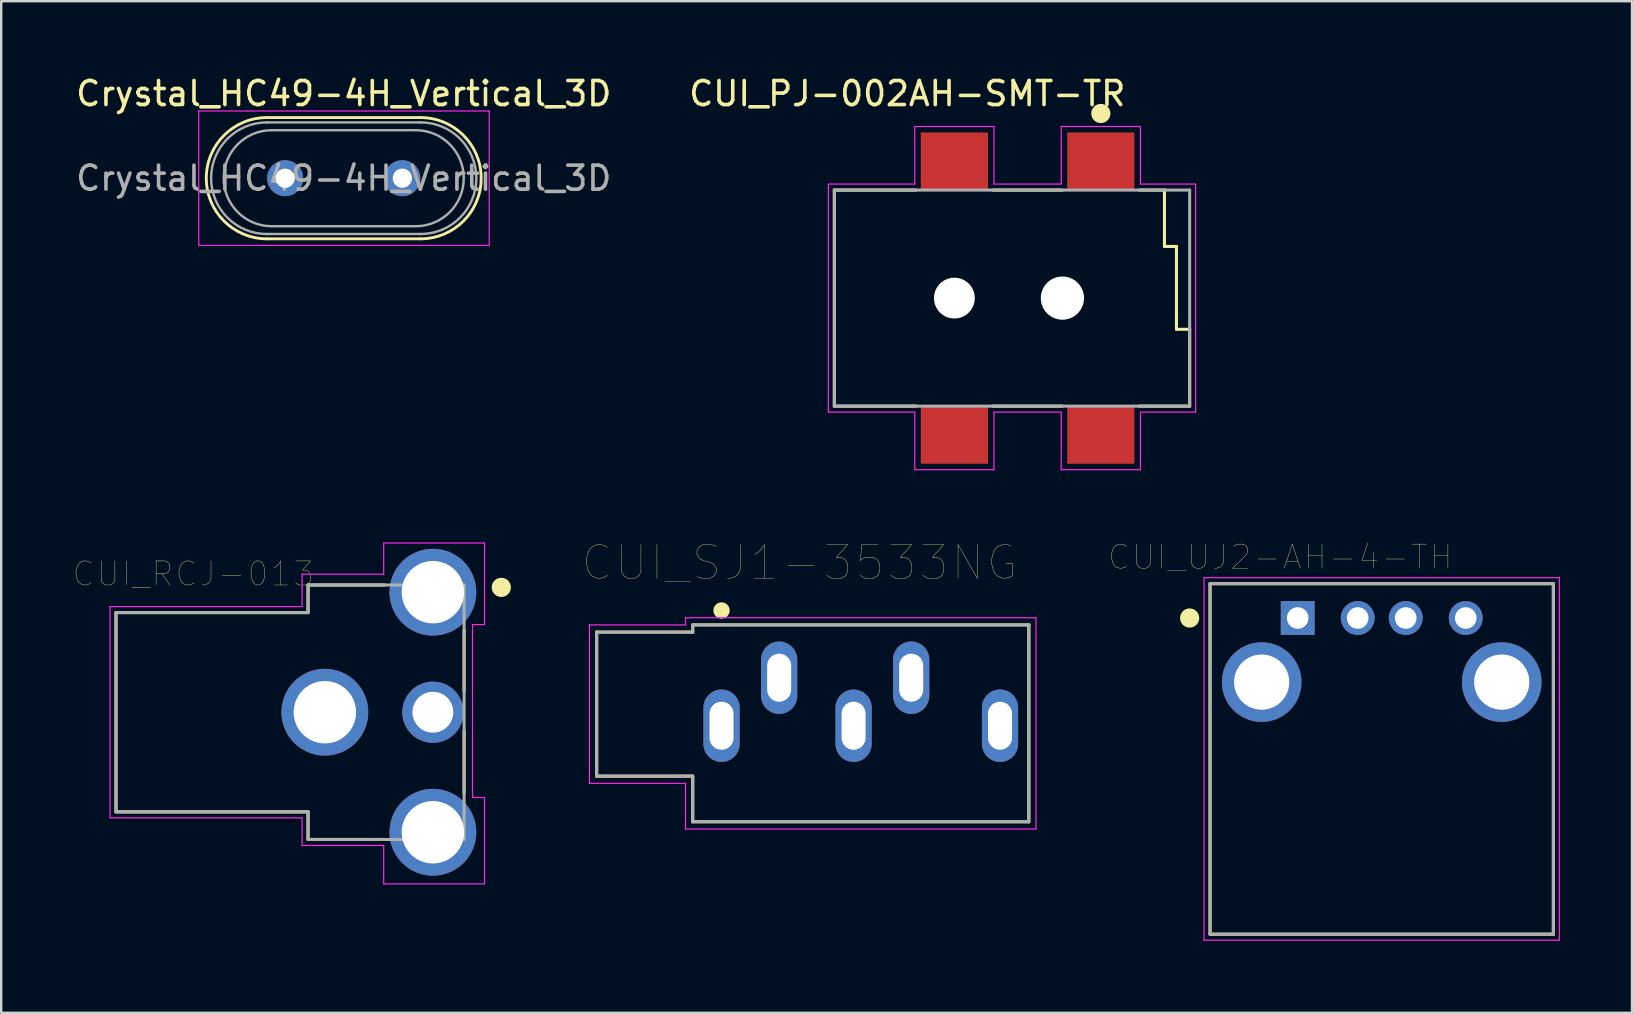
<source format=kicad_pcb>
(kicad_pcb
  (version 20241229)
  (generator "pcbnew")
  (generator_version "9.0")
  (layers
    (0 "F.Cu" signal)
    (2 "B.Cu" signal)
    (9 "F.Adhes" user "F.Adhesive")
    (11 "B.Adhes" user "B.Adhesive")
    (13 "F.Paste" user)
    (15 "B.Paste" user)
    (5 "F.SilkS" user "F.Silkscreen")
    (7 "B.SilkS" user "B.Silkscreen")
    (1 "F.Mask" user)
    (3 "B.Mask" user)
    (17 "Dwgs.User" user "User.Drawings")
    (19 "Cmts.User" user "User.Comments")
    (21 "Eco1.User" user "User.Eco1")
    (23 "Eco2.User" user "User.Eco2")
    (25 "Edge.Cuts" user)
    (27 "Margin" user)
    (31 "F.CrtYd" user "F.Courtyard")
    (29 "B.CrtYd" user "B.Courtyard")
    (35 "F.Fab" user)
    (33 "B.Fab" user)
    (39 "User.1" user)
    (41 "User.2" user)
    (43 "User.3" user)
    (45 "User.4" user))
  (footprint "CUI_UJ2-AH-4-TH"
    (layer "F.Cu")
    (at 51.004 22.693)
    (property "Reference" "CUI_UJ2-AH-4-TH" (at -0.726 -2.539 0) (layer "F.SilkS") (effects (font (size 1.001 1.001) (thickness 0.015))))
    (attr through_hole)
    (fp_line (start -3.65 -1.43) (end 10.65 -1.43) (stroke (width 0.127) (type solid)) (layer "F.SilkS"))
    (fp_line (start -3.65 13.17) (end -3.65 -1.43) (stroke (width 0.127) (type solid)) (layer "F.SilkS"))
    (fp_line (start 10.65 -1.43) (end 10.65 13.17) (stroke (width 0.127) (type solid)) (layer "F.SilkS"))
    (fp_line (start 10.65 13.17) (end -3.65 13.17) (stroke (width 0.127) (type solid)) (layer "F.SilkS"))
    (fp_circle (center -4.5 0) (end -4.3 0) (stroke (width 0.4) (type solid)) (fill no) (layer "F.SilkS"))
    (fp_line (start -3.9 -1.68) (end 10.9 -1.68) (stroke (width 0.05) (type solid)) (layer "F.CrtYd"))
    (fp_line (start -3.9 13.42) (end -3.9 -1.68) (stroke (width 0.05) (type solid)) (layer "F.CrtYd"))
    (fp_line (start 10.9 -1.68) (end 10.9 13.42) (stroke (width 0.05) (type solid)) (layer "F.CrtYd"))
    (fp_line (start 10.9 13.42) (end -3.9 13.42) (stroke (width 0.05) (type solid)) (layer "F.CrtYd"))
    (fp_line (start -3.65 -1.43) (end 10.65 -1.43) (stroke (width 0.127) (type solid)) (layer "F.Fab"))
    (fp_line (start -3.65 13.17) (end -3.65 -1.43) (stroke (width 0.127) (type solid)) (layer "F.Fab"))
    (fp_line (start 10.65 -1.43) (end 10.65 13.17) (stroke (width 0.127) (type solid)) (layer "F.Fab"))
    (fp_line (start 10.65 13.17) (end -3.65 13.17) (stroke (width 0.127) (type solid)) (layer "F.Fab"))
    (fp_circle (center 0 0) (end 0.2 0) (stroke (width 0.4) (type solid)) (fill no) (layer "F.Fab"))
    (pad "1" thru_hole rect (at 0 0) (size 1.408 1.408) (drill 0.9) (layers "*.Cu" "*.Mask"))
    (pad "2" thru_hole circle (at 2.5 0) (size 1.408 1.408) (drill 0.9) (layers "*.Cu" "*.Mask"))
    (pad "3" thru_hole circle (at 4.5 0) (size 1.408 1.408) (drill 0.9) (layers "*.Cu" "*.Mask"))
    (pad "4" thru_hole circle (at 7 0) (size 1.408 1.408) (drill 0.9) (layers "*.Cu" "*.Mask"))
    (pad "SH1" thru_hole circle (at -1.5 2.67) (size 3.316 3.316) (drill 2.3) (layers "*.Cu" "*.Mask"))
    (pad "SH2" thru_hole circle (at 8.5 2.67) (size 3.316 3.316) (drill 2.3) (layers "*.Cu" "*.Mask")))
  (footprint "Crystal_HC49-4H_Vertical_3D"
    (layer "F.Cu")
    (at 8.828 4.373)
    (property "Reference" "Crystal_HC49-4H_Vertical_3D" (at 2.44 -3.525 0) (layer "F.SilkS") (effects (font (size 1 1) (thickness 0.15))))
    (attr through_hole)
    (fp_line (start -0.76 -2.525) (end 5.64 -2.525) (stroke (width 0.12) (type solid)) (layer "F.SilkS"))
    (fp_line (start -0.76 2.525) (end 5.64 2.525) (stroke (width 0.12) (type solid)) (layer "F.SilkS"))
    (fp_arc (start -0.76 2.525) (mid -3.285 0) (end -0.76 -2.525) (stroke (width 0.12) (type solid)) (layer "F.SilkS"))
    (fp_arc (start 5.64 -2.525) (mid 8.165 0) (end 5.64 2.525) (stroke (width 0.12) (type solid)) (layer "F.SilkS"))
    (fp_line (start -3.6 -2.8) (end -3.6 2.8) (stroke (width 0.05) (type solid)) (layer "F.CrtYd"))
    (fp_line (start -3.6 2.8) (end 8.5 2.8) (stroke (width 0.05) (type solid)) (layer "F.CrtYd"))
    (fp_line (start 8.5 -2.8) (end -3.6 -2.8) (stroke (width 0.05) (type solid)) (layer "F.CrtYd"))
    (fp_line (start 8.5 2.8) (end 8.5 -2.8) (stroke (width 0.05) (type solid)) (layer "F.CrtYd"))
    (fp_line (start -0.76 -2.325) (end 5.64 -2.325) (stroke (width 0.1) (type solid)) (layer "F.Fab"))
    (fp_line (start -0.76 2.325) (end 5.64 2.325) (stroke (width 0.1) (type solid)) (layer "F.Fab"))
    (fp_line (start -0.56 -2) (end 5.44 -2) (stroke (width 0.1) (type solid)) (layer "F.Fab"))
    (fp_line (start -0.56 2) (end 5.44 2) (stroke (width 0.1) (type solid)) (layer "F.Fab"))
    (fp_arc (start -0.76 2.325) (mid -3.085 0) (end -0.76 -2.325) (stroke (width 0.1) (type solid)) (layer "F.Fab"))
    (fp_arc (start -0.56 2) (mid -2.56 0) (end -0.56 -2) (stroke (width 0.1) (type solid)) (layer "F.Fab"))
    (fp_arc (start 5.44 -2) (mid 7.44 0) (end 5.44 2) (stroke (width 0.1) (type solid)) (layer "F.Fab"))
    (fp_arc (start 5.64 -2.325) (mid 7.965 0) (end 5.64 2.325) (stroke (width 0.1) (type solid)) (layer "F.Fab"))
    (fp_text user "${REFERENCE}" (at 2.44 0 0) (layer "F.Fab") (effects (font (size 1 1) (thickness 0.15))))
    (pad "1" thru_hole circle (at 0 0) (size 1.5 1.5) (drill 0.8) (layers "*.Cu" "*.Mask"))
    (pad "2" thru_hole circle (at 4.88 0) (size 1.5 1.5) (drill 0.8) (layers "*.Cu" "*.Mask")))
  (footprint "CUI_SJ1-3533NG"
    (layer "F.Cu")
    (at 27.005 27.18)
    (property "Reference" "CUI_SJ1-3533NG" (at 3.247 -6.792 0) (layer "F.SilkS") (effects (font (size 1.401 1.401) (thickness 0.015))))
    (attr through_hole)
    (fp_line (start -5.2 -3.9) (end -1.2 -3.9) (stroke (width 0.127) (type solid)) (layer "F.SilkS"))
    (fp_line (start -5.2 2.1) (end -5.2 -3.9) (stroke (width 0.127) (type solid)) (layer "F.SilkS"))
    (fp_line (start -1.2 -4.2) (end 12.8 -4.2) (stroke (width 0.127) (type solid)) (layer "F.SilkS"))
    (fp_line (start -1.2 -3.9) (end -1.2 -4.2) (stroke (width 0.127) (type solid)) (layer "F.SilkS"))
    (fp_line (start -1.2 2.1) (end -5.2 2.1) (stroke (width 0.127) (type solid)) (layer "F.SilkS"))
    (fp_line (start -1.2 4) (end -1.2 2.1) (stroke (width 0.127) (type solid)) (layer "F.SilkS"))
    (fp_line (start 12.8 -4.2) (end 12.8 4) (stroke (width 0.127) (type solid)) (layer "F.SilkS"))
    (fp_line (start 12.8 4) (end -1.2 4) (stroke (width 0.127) (type solid)) (layer "F.SilkS"))
    (fp_circle (center 0 -4.8) (end 0.17 -4.8) (stroke (width 0.34) (type solid)) (fill no) (layer "F.SilkS"))
    (fp_line (start -5.5 -4.2) (end -1.5 -4.2) (stroke (width 0.05) (type solid)) (layer "F.CrtYd"))
    (fp_line (start -5.5 2.4) (end -5.5 -4.2) (stroke (width 0.05) (type solid)) (layer "F.CrtYd"))
    (fp_line (start -1.5 -4.5) (end 13.1 -4.5) (stroke (width 0.05) (type solid)) (layer "F.CrtYd"))
    (fp_line (start -1.5 -4.2) (end -1.5 -4.5) (stroke (width 0.05) (type solid)) (layer "F.CrtYd"))
    (fp_line (start -1.5 2.4) (end -5.5 2.4) (stroke (width 0.05) (type solid)) (layer "F.CrtYd"))
    (fp_line (start -1.5 4.3) (end -1.5 2.4) (stroke (width 0.05) (type solid)) (layer "F.CrtYd"))
    (fp_line (start 13.1 -4.5) (end 13.1 4.3) (stroke (width 0.05) (type solid)) (layer "F.CrtYd"))
    (fp_line (start 13.1 4.3) (end -1.5 4.3) (stroke (width 0.05) (type solid)) (layer "F.CrtYd"))
    (fp_line (start -5.2 -3.9) (end -1.2 -3.9) (stroke (width 0.127) (type solid)) (layer "F.Fab"))
    (fp_line (start -5.2 2.1) (end -5.2 -3.9) (stroke (width 0.127) (type solid)) (layer "F.Fab"))
    (fp_line (start -1.2 -4.2) (end 12.8 -4.2) (stroke (width 0.127) (type solid)) (layer "F.Fab"))
    (fp_line (start -1.2 -3.9) (end -1.2 -4.2) (stroke (width 0.127) (type solid)) (layer "F.Fab"))
    (fp_line (start -1.2 2.1) (end -5.2 2.1) (stroke (width 0.127) (type solid)) (layer "F.Fab"))
    (fp_line (start -1.2 4) (end -1.2 2.1) (stroke (width 0.127) (type solid)) (layer "F.Fab"))
    (fp_line (start 12.8 -4.2) (end 12.8 4) (stroke (width 0.127) (type solid)) (layer "F.Fab"))
    (fp_line (start 12.8 4) (end -1.2 4) (stroke (width 0.127) (type solid)) (layer "F.Fab"))
    (pad "G" thru_hole oval (at 0 0) (size 1.508 3.016) (drill oval 1 2) (layers "*.Cu" "*.Mask"))
    (pad "NC" thru_hole oval (at 5.5 0) (size 1.508 3.016) (drill oval 1 2) (layers "*.Cu" "*.Mask"))
    (pad "NC" thru_hole oval (at 11.6 0) (size 1.508 3.016) (drill oval 1 2) (layers "*.Cu" "*.Mask"))
    (pad "S" thru_hole oval (at 2.4 -2) (size 1.508 3.016) (drill oval 1 2) (layers "*.Cu" "*.Mask"))
    (pad "T" thru_hole oval (at 7.9 -2) (size 1.508 3.016) (drill oval 1 2) (layers "*.Cu" "*.Mask")))
  (footprint "CUI_PJ-002AH-SMT-TR"
    (layer "F.Cu")
    (at 42.804 3.667)
    (property "Reference" "CUI_PJ-002AH-SMT-TR" (at -8.063 -2.818 0) (layer "F.SilkS") (effects (font (size 1.001 1.001) (thickness 0.15))))
    (attr smd)
    (fp_line (start -11.1 1.2) (end -11.1 10.2) (stroke (width 0.127) (type solid)) (layer "F.SilkS"))
    (fp_line (start -11.1 10.2) (end -7.7 10.2) (stroke (width 0.127) (type solid)) (layer "F.SilkS"))
    (fp_line (start -7.7 1.2) (end -11.1 1.2) (stroke (width 0.127) (type solid)) (layer "F.SilkS"))
    (fp_line (start -4.5 10.2) (end -1.6 10.2) (stroke (width 0.127) (type solid)) (layer "F.SilkS"))
    (fp_line (start -1.6 1.2) (end -4.5 1.2) (stroke (width 0.127) (type solid)) (layer "F.SilkS"))
    (fp_line (start 1.6 10.2) (end 3.7 10.2) (stroke (width 0.127) (type solid)) (layer "F.SilkS"))
    (fp_line (start 2.65 1.2) (end 1.6 1.2) (stroke (width 0.127) (type solid)) (layer "F.SilkS"))
    (fp_line (start 2.65 3.55) (end 2.65 1.2) (stroke (width 0.127) (type solid)) (layer "F.SilkS"))
    (fp_line (start 3.15 3.55) (end 2.65 3.55) (stroke (width 0.127) (type solid)) (layer "F.SilkS"))
    (fp_line (start 3.15 7) (end 3.15 3.55) (stroke (width 0.127) (type solid)) (layer "F.SilkS"))
    (fp_line (start 3.7 7) (end 3.15 7) (stroke (width 0.127) (type solid)) (layer "F.SilkS"))
    (fp_line (start 3.7 10.2) (end 3.7 7) (stroke (width 0.127) (type solid)) (layer "F.SilkS"))
    (fp_circle (center 0 -1.99) (end 0.2 -1.99) (stroke (width 0.4) (type solid)) (fill no) (layer "F.SilkS"))
    (fp_line (start -11.35 0.95) (end -7.75 0.95) (stroke (width 0.05) (type solid)) (layer "F.CrtYd"))
    (fp_line (start -11.35 10.45) (end -11.35 0.95) (stroke (width 0.05) (type solid)) (layer "F.CrtYd"))
    (fp_line (start -7.75 -1.45) (end -4.45 -1.45) (stroke (width 0.05) (type solid)) (layer "F.CrtYd"))
    (fp_line (start -7.75 0.95) (end -7.75 -1.45) (stroke (width 0.05) (type solid)) (layer "F.CrtYd"))
    (fp_line (start -7.75 10.45) (end -11.35 10.45) (stroke (width 0.05) (type solid)) (layer "F.CrtYd"))
    (fp_line (start -7.75 12.85) (end -7.75 10.45) (stroke (width 0.05) (type solid)) (layer "F.CrtYd"))
    (fp_line (start -4.45 -1.45) (end -4.45 0.95) (stroke (width 0.05) (type solid)) (layer "F.CrtYd"))
    (fp_line (start -4.45 0.95) (end -1.65 0.95) (stroke (width 0.05) (type solid)) (layer "F.CrtYd"))
    (fp_line (start -4.45 10.45) (end -4.45 12.85) (stroke (width 0.05) (type solid)) (layer "F.CrtYd"))
    (fp_line (start -4.45 12.85) (end -7.75 12.85) (stroke (width 0.05) (type solid)) (layer "F.CrtYd"))
    (fp_line (start -1.65 -1.45) (end 1.65 -1.45) (stroke (width 0.05) (type solid)) (layer "F.CrtYd"))
    (fp_line (start -1.65 0.95) (end -1.65 -1.45) (stroke (width 0.05) (type solid)) (layer "F.CrtYd"))
    (fp_line (start -1.65 10.45) (end -4.45 10.45) (stroke (width 0.05) (type solid)) (layer "F.CrtYd"))
    (fp_line (start -1.65 12.85) (end -1.65 10.45) (stroke (width 0.05) (type solid)) (layer "F.CrtYd"))
    (fp_line (start 1.65 -1.45) (end 1.65 0.95) (stroke (width 0.05) (type solid)) (layer "F.CrtYd"))
    (fp_line (start 1.65 0.95) (end 3.95 0.95) (stroke (width 0.05) (type solid)) (layer "F.CrtYd"))
    (fp_line (start 1.65 10.45) (end 1.65 12.85) (stroke (width 0.05) (type solid)) (layer "F.CrtYd"))
    (fp_line (start 1.65 12.85) (end -1.65 12.85) (stroke (width 0.05) (type solid)) (layer "F.CrtYd"))
    (fp_line (start 3.95 0.95) (end 3.95 10.45) (stroke (width 0.05) (type solid)) (layer "F.CrtYd"))
    (fp_line (start 3.95 10.45) (end 1.65 10.45) (stroke (width 0.05) (type solid)) (layer "F.CrtYd"))
    (fp_line (start -11.1 1.2) (end -11.1 10.2) (stroke (width 0.127) (type solid)) (layer "F.Fab"))
    (fp_line (start -11.1 10.2) (end 3.7 10.2) (stroke (width 0.127) (type solid)) (layer "F.Fab"))
    (fp_line (start 3.7 1.2) (end -11.1 1.2) (stroke (width 0.127) (type solid)) (layer "F.Fab"))
    (fp_line (start 3.7 10.2) (end 3.7 1.2) (stroke (width 0.127) (type solid)) (layer "F.Fab"))
    (pad "" np_thru_hole circle (at -6.1 5.7) (size 1.7 1.7) (drill 1.7) (layers "*.Cu" "*.Mask"))
    (pad "" np_thru_hole circle (at -1.6 5.7) (size 1.8 1.8) (drill 1.8) (layers "*.Cu" "*.Mask"))
    (pad "1A" smd rect (at 0 0) (size 2.8 2.4) (layers "F.Cu" "F.Mask" "F.Paste"))
    (pad "1B" smd rect (at -6.1 0) (size 2.8 2.4) (layers "F.Cu" "F.Mask" "F.Paste"))
    (pad "2" smd rect (at -6.1 11.4) (size 2.8 2.4) (layers "F.Cu" "F.Mask" "F.Paste"))
    (pad "3" smd rect (at 0 11.4) (size 2.8 2.4) (layers "F.Cu" "F.Mask" "F.Paste")))
  (footprint "CUI_RCJ-013"
    (layer "F.Cu")
    (at 9.032 26.617)
    (property "Reference" "CUI_RCJ-013" (at -4.031 -5.763 0) (layer "F.SilkS") (effects (font (size 1.001 1.001) (thickness 0.015))))
    (attr through_hole)
    (fp_line (start -7.25 -4.15) (end -7.25 4.15) (stroke (width 0.127) (type solid)) (layer "F.SilkS"))
    (fp_line (start -7.25 4.15) (end 0.75 4.15) (stroke (width 0.127) (type solid)) (layer "F.SilkS"))
    (fp_line (start 0.75 -5.3) (end 0.75 -4.15) (stroke (width 0.127) (type solid)) (layer "F.SilkS"))
    (fp_line (start 0.75 -4.15) (end -7.25 -4.15) (stroke (width 0.127) (type solid)) (layer "F.SilkS"))
    (fp_line (start 0.75 4.15) (end 0.75 5.3) (stroke (width 0.127) (type solid)) (layer "F.SilkS"))
    (fp_line (start 0.75 5.3) (end 3.85 5.3) (stroke (width 0.127) (type solid)) (layer "F.SilkS"))
    (fp_line (start 3.95 -5.3) (end 0.75 -5.3) (stroke (width 0.127) (type solid)) (layer "F.SilkS"))
    (fp_line (start 7.25 -0.9) (end 7.25 -3.4) (stroke (width 0.127) (type solid)) (layer "F.SilkS"))
    (fp_line (start 7.25 3.35) (end 7.25 0.8) (stroke (width 0.127) (type solid)) (layer "F.SilkS"))
    (fp_circle (center 8.8 -5.2) (end 9 -5.2) (stroke (width 0.4) (type solid)) (fill no) (layer "F.SilkS"))
    (fp_line (start -7.5 -4.4) (end -7.5 4.4) (stroke (width 0.05) (type solid)) (layer "F.CrtYd"))
    (fp_line (start -7.5 4.4) (end 0.5 4.4) (stroke (width 0.05) (type solid)) (layer "F.CrtYd"))
    (fp_line (start 0.5 -5.75) (end 0.5 -4.4) (stroke (width 0.05) (type solid)) (layer "F.CrtYd"))
    (fp_line (start 0.5 -4.4) (end -7.5 -4.4) (stroke (width 0.05) (type solid)) (layer "F.CrtYd"))
    (fp_line (start 0.5 4.4) (end 0.5 5.55) (stroke (width 0.05) (type solid)) (layer "F.CrtYd"))
    (fp_line (start 0.5 5.55) (end 3.9 5.55) (stroke (width 0.05) (type solid)) (layer "F.CrtYd"))
    (fp_line (start 3.9 -7.05) (end 8.1 -7.05) (stroke (width 0.05) (type solid)) (layer "F.CrtYd"))
    (fp_line (start 3.9 -5.75) (end 0.5 -5.75) (stroke (width 0.05) (type solid)) (layer "F.CrtYd"))
    (fp_line (start 3.9 -5.75) (end 3.9 -7.05) (stroke (width 0.05) (type solid)) (layer "F.CrtYd"))
    (fp_line (start 3.9 7.15) (end 3.9 5.55) (stroke (width 0.05) (type solid)) (layer "F.CrtYd"))
    (fp_line (start 7.6 -3.65) (end 7.6 3.55) (stroke (width 0.05) (type solid)) (layer "F.CrtYd"))
    (fp_line (start 7.6 3.55) (end 8.1 3.55) (stroke (width 0.05) (type solid)) (layer "F.CrtYd"))
    (fp_line (start 8.1 -7.05) (end 8.1 -3.65) (stroke (width 0.05) (type solid)) (layer "F.CrtYd"))
    (fp_line (start 8.1 -3.65) (end 7.6 -3.65) (stroke (width 0.05) (type solid)) (layer "F.CrtYd"))
    (fp_line (start 8.1 7.15) (end 3.9 7.15) (stroke (width 0.05) (type solid)) (layer "F.CrtYd"))
    (fp_line (start 8.1 7.15) (end 8.1 3.55) (stroke (width 0.05) (type solid)) (layer "F.CrtYd"))
    (fp_line (start -7.25 -4.15) (end -7.25 4.15) (stroke (width 0.127) (type solid)) (layer "F.Fab"))
    (fp_line (start -7.25 4.15) (end 0.75 4.15) (stroke (width 0.127) (type solid)) (layer "F.Fab"))
    (fp_line (start 0.75 -5.3) (end 0.75 -4.15) (stroke (width 0.127) (type solid)) (layer "F.Fab"))
    (fp_line (start 0.75 -4.15) (end -7.25 -4.15) (stroke (width 0.127) (type solid)) (layer "F.Fab"))
    (fp_line (start 0.75 4.15) (end 0.75 5.3) (stroke (width 0.127) (type solid)) (layer "F.Fab"))
    (fp_line (start 0.75 5.3) (end 7.25 5.3) (stroke (width 0.127) (type solid)) (layer "F.Fab"))
    (fp_line (start 7.25 -5.3) (end 0.75 -5.3) (stroke (width 0.127) (type solid)) (layer "F.Fab"))
    (fp_line (start 7.25 5.3) (end 7.25 -5.3) (stroke (width 0.127) (type solid)) (layer "F.Fab"))
    (pad "1A" thru_hole circle (at 5.95 -5) (size 3.616 3.616) (drill 2.6) (layers "*.Cu" "*.Mask"))
    (pad "1B" thru_hole circle (at 5.95 5) (size 3.616 3.616) (drill 2.6) (layers "*.Cu" "*.Mask"))
    (pad "1C" thru_hole circle (at 1.45 0) (size 3.616 3.616) (drill 2.6) (layers "*.Cu" "*.Mask"))
    (pad "2" thru_hole circle (at 5.95 0) (size 2.55 2.55) (drill 1.7) (layers "*.Cu" "*.Mask")))
  (gr_rect
    (start -3 -3)
    (end 64.929 39.138)
    (stroke (width 0.1) (type default))
    (fill no)
    (layer "Edge.Cuts")))
</source>
